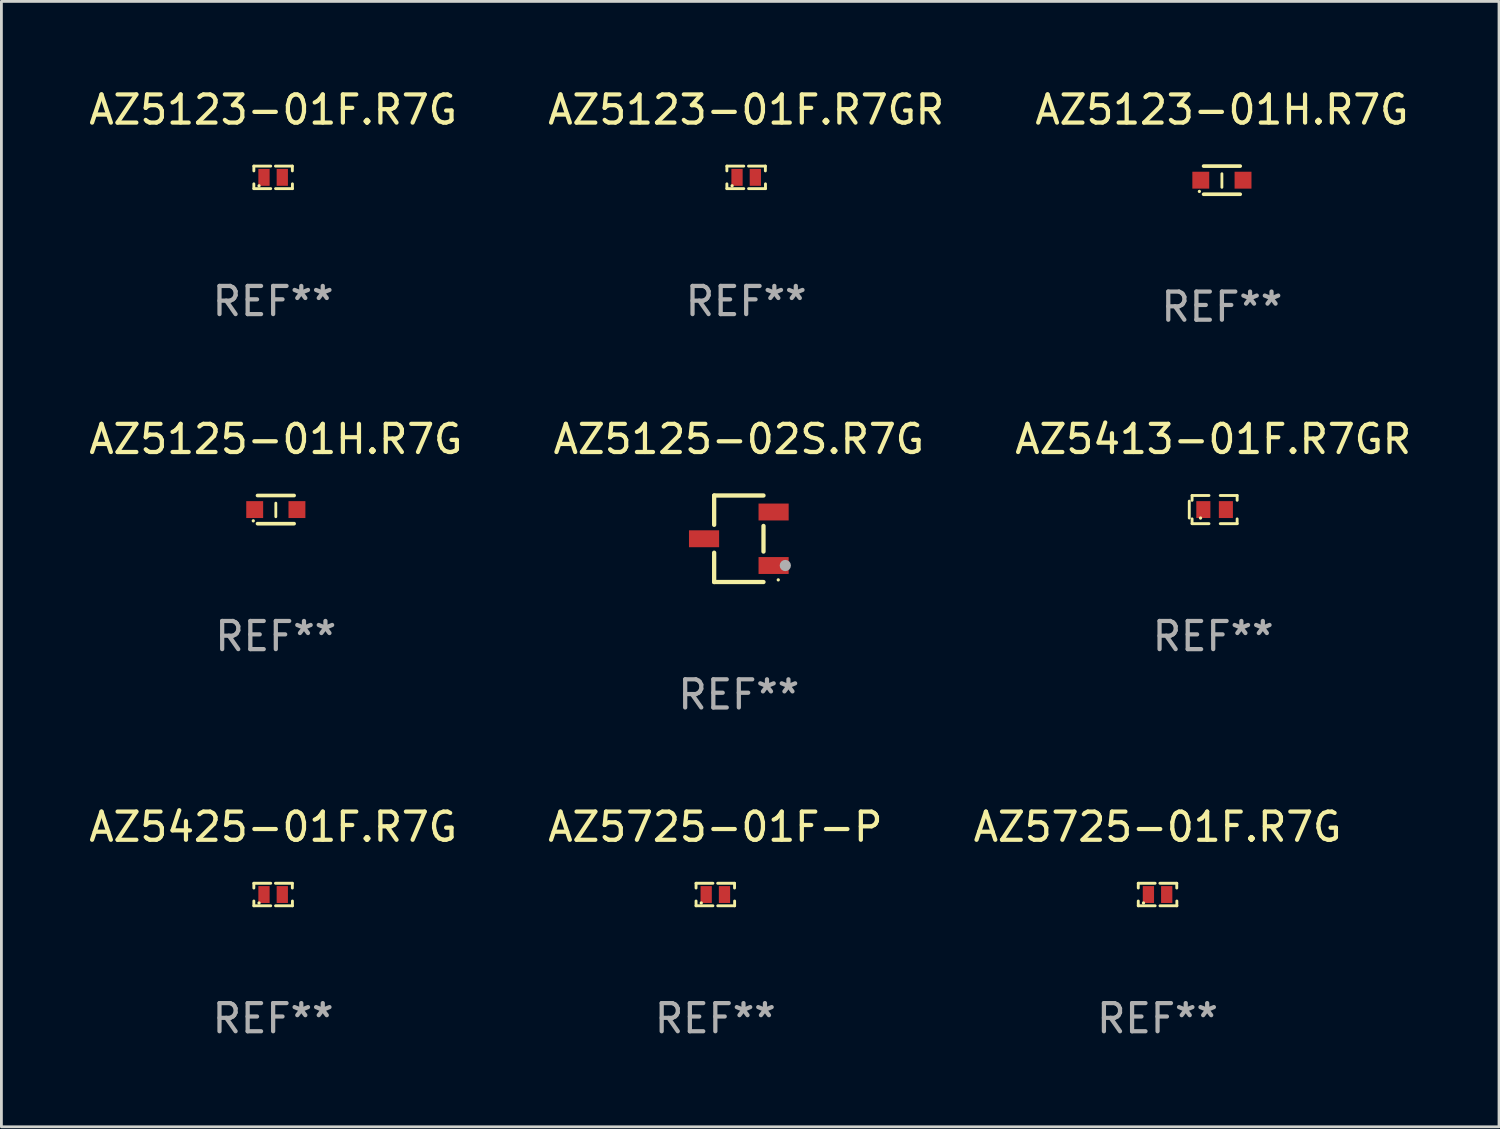
<source format=kicad_pcb>
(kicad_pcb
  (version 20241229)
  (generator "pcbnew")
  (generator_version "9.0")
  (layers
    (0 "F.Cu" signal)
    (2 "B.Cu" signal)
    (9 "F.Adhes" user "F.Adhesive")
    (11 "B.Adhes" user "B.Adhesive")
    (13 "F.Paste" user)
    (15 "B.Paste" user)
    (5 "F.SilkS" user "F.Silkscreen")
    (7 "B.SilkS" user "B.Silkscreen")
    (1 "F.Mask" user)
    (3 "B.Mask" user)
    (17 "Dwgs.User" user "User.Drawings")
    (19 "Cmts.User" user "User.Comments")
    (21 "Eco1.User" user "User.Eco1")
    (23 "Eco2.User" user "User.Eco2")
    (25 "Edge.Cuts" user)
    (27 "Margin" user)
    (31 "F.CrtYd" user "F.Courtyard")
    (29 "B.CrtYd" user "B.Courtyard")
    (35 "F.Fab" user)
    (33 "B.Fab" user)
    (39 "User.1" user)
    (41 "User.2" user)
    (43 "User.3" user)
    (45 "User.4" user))
  (footprint "AZ5123-01F.R7G"
    (layer "F.Cu")
    (at 6.649 3.248)
    (property "Reference" "AZ5123-01F.R7G" (at 0 -2.4 0) (layer "F.SilkS") (effects (font (size 1 1) (thickness 0.15))))
    (attr through_hole)
    (fp_line (start -0.685 -0.4) (end -0.685 -0.23) (stroke (width 0.102) (type solid)) (layer "F.SilkS"))
    (fp_line (start -0.685 0.4) (end -0.685 0.23) (stroke (width 0.102) (type solid)) (layer "F.SilkS"))
    (fp_line (start -0.085 -0.4) (end -0.685 -0.4) (stroke (width 0.102) (type solid)) (layer "F.SilkS"))
    (fp_line (start -0.085 0.4) (end -0.685 0.4) (stroke (width 0.102) (type solid)) (layer "F.SilkS"))
    (fp_line (start 0.082 -0.4) (end 0.682 -0.4) (stroke (width 0.102) (type solid)) (layer "F.SilkS"))
    (fp_line (start 0.085 0.4) (end 0.685 0.4) (stroke (width 0.102) (type solid)) (layer "F.SilkS"))
    (fp_line (start 0.682 -0.4) (end 0.682 -0.23) (stroke (width 0.102) (type solid)) (layer "F.SilkS"))
    (fp_line (start 0.685 0.4) (end 0.685 0.23) (stroke (width 0.102) (type solid)) (layer "F.SilkS"))
    (fp_circle (center -0.5 0.3) (end -0.47 0.3) (stroke (width 0.06) (type solid)) (fill no) (layer "F.SilkS"))
    (fp_text user "REF**" (at 0 4.4 0) (layer "F.Fab") (effects (font (size 1 1) (thickness 0.15))))
    (pad "1" smd rect (at -0.325 0) (size 0.4 0.6) (layers "F.Cu" "F.Mask" "F.Paste"))
    (pad "2" smd rect (at 0.325 0) (size 0.4 0.6) (layers "F.Cu" "F.Mask" "F.Paste")))
  (footprint "AZ5425-01F.R7G"
    (layer "F.Cu")
    (at 6.649 28.714)
    (property "Reference" "AZ5425-01F.R7G" (at 0 -2.4 0) (layer "F.SilkS") (effects (font (size 1 1) (thickness 0.15))))
    (attr through_hole)
    (fp_line (start -0.685 -0.4) (end -0.685 -0.23) (stroke (width 0.102) (type solid)) (layer "F.SilkS"))
    (fp_line (start -0.685 0.4) (end -0.685 0.23) (stroke (width 0.102) (type solid)) (layer "F.SilkS"))
    (fp_line (start -0.085 -0.4) (end -0.685 -0.4) (stroke (width 0.102) (type solid)) (layer "F.SilkS"))
    (fp_line (start -0.085 0.4) (end -0.685 0.4) (stroke (width 0.102) (type solid)) (layer "F.SilkS"))
    (fp_line (start 0.082 -0.4) (end 0.682 -0.4) (stroke (width 0.102) (type solid)) (layer "F.SilkS"))
    (fp_line (start 0.085 0.4) (end 0.685 0.4) (stroke (width 0.102) (type solid)) (layer "F.SilkS"))
    (fp_line (start 0.682 -0.4) (end 0.682 -0.23) (stroke (width 0.102) (type solid)) (layer "F.SilkS"))
    (fp_line (start 0.685 0.4) (end 0.685 0.23) (stroke (width 0.102) (type solid)) (layer "F.SilkS"))
    (fp_circle (center -0.5 0.3) (end -0.47 0.3) (stroke (width 0.06) (type solid)) (fill no) (layer "F.SilkS"))
    (fp_text user "REF**" (at 0 4.4 0) (layer "F.Fab") (effects (font (size 1 1) (thickness 0.15))))
    (pad "1" smd rect (at -0.325 0) (size 0.4 0.6) (layers "F.Cu" "F.Mask" "F.Paste"))
    (pad "2" smd rect (at 0.325 0) (size 0.4 0.6) (layers "F.Cu" "F.Mask" "F.Paste")))
  (footprint "AZ5725-01F.R7G"
    (layer "F.Cu")
    (at 38.054 28.714)
    (property "Reference" "AZ5725-01F.R7G" (at 0 -2.4 0) (layer "F.SilkS") (effects (font (size 1 1) (thickness 0.15))))
    (attr through_hole)
    (fp_line (start -0.685 -0.4) (end -0.685 -0.23) (stroke (width 0.102) (type solid)) (layer "F.SilkS"))
    (fp_line (start -0.685 0.4) (end -0.685 0.23) (stroke (width 0.102) (type solid)) (layer "F.SilkS"))
    (fp_line (start -0.085 -0.4) (end -0.685 -0.4) (stroke (width 0.102) (type solid)) (layer "F.SilkS"))
    (fp_line (start -0.085 0.4) (end -0.685 0.4) (stroke (width 0.102) (type solid)) (layer "F.SilkS"))
    (fp_line (start 0.082 -0.4) (end 0.682 -0.4) (stroke (width 0.102) (type solid)) (layer "F.SilkS"))
    (fp_line (start 0.085 0.4) (end 0.685 0.4) (stroke (width 0.102) (type solid)) (layer "F.SilkS"))
    (fp_line (start 0.682 -0.4) (end 0.682 -0.23) (stroke (width 0.102) (type solid)) (layer "F.SilkS"))
    (fp_line (start 0.685 0.4) (end 0.685 0.23) (stroke (width 0.102) (type solid)) (layer "F.SilkS"))
    (fp_circle (center -0.5 0.3) (end -0.47 0.3) (stroke (width 0.06) (type solid)) (fill no) (layer "F.SilkS"))
    (fp_text user "REF**" (at 0 4.4 0) (layer "F.Fab") (effects (font (size 1 1) (thickness 0.15))))
    (pad "1" smd rect (at -0.325 0) (size 0.4 0.6) (layers "F.Cu" "F.Mask" "F.Paste"))
    (pad "2" smd rect (at 0.325 0) (size 0.4 0.6) (layers "F.Cu" "F.Mask" "F.Paste")))
  (footprint "AZ5123-01F.R7GR"
    (layer "F.Cu")
    (at 23.446 3.248)
    (property "Reference" "AZ5123-01F.R7GR" (at 0 -2.4 0) (layer "F.SilkS") (effects (font (size 1 1) (thickness 0.15))))
    (attr through_hole)
    (fp_line (start -0.685 -0.4) (end -0.685 -0.23) (stroke (width 0.102) (type solid)) (layer "F.SilkS"))
    (fp_line (start -0.685 0.4) (end -0.685 0.23) (stroke (width 0.102) (type solid)) (layer "F.SilkS"))
    (fp_line (start -0.085 -0.4) (end -0.685 -0.4) (stroke (width 0.102) (type solid)) (layer "F.SilkS"))
    (fp_line (start -0.085 0.4) (end -0.685 0.4) (stroke (width 0.102) (type solid)) (layer "F.SilkS"))
    (fp_line (start 0.082 -0.4) (end 0.682 -0.4) (stroke (width 0.102) (type solid)) (layer "F.SilkS"))
    (fp_line (start 0.085 0.4) (end 0.685 0.4) (stroke (width 0.102) (type solid)) (layer "F.SilkS"))
    (fp_line (start 0.682 -0.4) (end 0.682 -0.23) (stroke (width 0.102) (type solid)) (layer "F.SilkS"))
    (fp_line (start 0.685 0.4) (end 0.685 0.23) (stroke (width 0.102) (type solid)) (layer "F.SilkS"))
    (fp_circle (center -0.5 0.3) (end -0.47 0.3) (stroke (width 0.06) (type solid)) (fill no) (layer "F.SilkS"))
    (fp_text user "REF**" (at 0 4.4 0) (layer "F.Fab") (effects (font (size 1 1) (thickness 0.15))))
    (pad "1" smd rect (at -0.325 0) (size 0.4 0.6) (layers "F.Cu" "F.Mask" "F.Paste"))
    (pad "2" smd rect (at 0.325 0) (size 0.4 0.6) (layers "F.Cu" "F.Mask" "F.Paste")))
  (footprint "AZ5725-01F-P"
    (layer "F.Cu")
    (at 22.351 28.714)
    (property "Reference" "AZ5725-01F-P" (at 0 -2.4 0) (layer "F.SilkS") (effects (font (size 1 1) (thickness 0.15))))
    (attr through_hole)
    (fp_line (start -0.685 -0.4) (end -0.685 -0.23) (stroke (width 0.102) (type solid)) (layer "F.SilkS"))
    (fp_line (start -0.685 0.4) (end -0.685 0.23) (stroke (width 0.102) (type solid)) (layer "F.SilkS"))
    (fp_line (start -0.085 -0.4) (end -0.685 -0.4) (stroke (width 0.102) (type solid)) (layer "F.SilkS"))
    (fp_line (start -0.085 0.4) (end -0.685 0.4) (stroke (width 0.102) (type solid)) (layer "F.SilkS"))
    (fp_line (start 0.082 -0.4) (end 0.682 -0.4) (stroke (width 0.102) (type solid)) (layer "F.SilkS"))
    (fp_line (start 0.085 0.4) (end 0.685 0.4) (stroke (width 0.102) (type solid)) (layer "F.SilkS"))
    (fp_line (start 0.682 -0.4) (end 0.682 -0.23) (stroke (width 0.102) (type solid)) (layer "F.SilkS"))
    (fp_line (start 0.685 0.4) (end 0.685 0.23) (stroke (width 0.102) (type solid)) (layer "F.SilkS"))
    (fp_circle (center -0.5 0.3) (end -0.47 0.3) (stroke (width 0.06) (type solid)) (fill no) (layer "F.SilkS"))
    (fp_text user "REF**" (at 0 4.4 0) (layer "F.Fab") (effects (font (size 1 1) (thickness 0.15))))
    (pad "1" smd rect (at -0.325 0) (size 0.4 0.6) (layers "F.Cu" "F.Mask" "F.Paste"))
    (pad "2" smd rect (at 0.325 0) (size 0.4 0.6) (layers "F.Cu" "F.Mask" "F.Paste")))
  (footprint "AZ5125-01H.R7G"
    (layer "F.Cu")
    (at 6.744 15.045)
    (property "Reference" "AZ5125-01H.R7G" (at 0 -2.5 0) (layer "F.SilkS") (effects (font (size 1 1) (thickness 0.15))))
    (attr through_hole)
    (fp_line (start -0.65 -0.5) (end 0.65 -0.5) (stroke (width 0.13) (type solid)) (layer "F.SilkS"))
    (fp_line (start -0.65 0.5) (end 0.65 0.5) (stroke (width 0.13) (type solid)) (layer "F.SilkS"))
    (fp_line (start 0 -0.229) (end 0 0.254) (stroke (width 0.1) (type solid)) (layer "F.SilkS"))
    (fp_circle (center -0.8 0.4) (end -0.77 0.4) (stroke (width 0.06) (type solid)) (fill no) (layer "F.SilkS"))
    (fp_text user "REF**" (at 0 4.5 0) (layer "F.Fab") (effects (font (size 1 1) (thickness 0.15))))
    (pad "1" smd rect (at -0.75 0) (size 0.6 0.6) (layers "F.Cu" "F.Mask" "F.Paste"))
    (pad "2" smd rect (at 0.75 0 180) (size 0.6 0.6) (layers "F.Cu" "F.Mask" "F.Paste")))
  (footprint "AZ5413-01F.R7GR"
    (layer "F.Cu")
    (at 40.03 15.045)
    (property "Reference" "AZ5413-01F.R7GR" (at 0 -2.5 0) (layer "F.SilkS") (effects (font (size 1 1) (thickness 0.15))))
    (attr through_hole)
    (fp_line (start -0.85 -0.3) (end -0.85 0.3) (stroke (width 0.102) (type solid)) (layer "F.SilkS"))
    (fp_line (start -0.75 -0.5) (end -0.75 -0.329) (stroke (width 0.102) (type solid)) (layer "F.SilkS"))
    (fp_line (start -0.75 0.329) (end -0.75 0.5) (stroke (width 0.102) (type solid)) (layer "F.SilkS"))
    (fp_line (start -0.75 0.5) (end -0.15 0.5) (stroke (width 0.102) (type solid)) (layer "F.SilkS"))
    (fp_line (start -0.15 -0.5) (end -0.75 -0.5) (stroke (width 0.102) (type solid)) (layer "F.SilkS"))
    (fp_line (start 0.25 -0.5) (end 0.85 -0.5) (stroke (width 0.102) (type solid)) (layer "F.SilkS"))
    (fp_line (start 0.85 -0.5) (end 0.85 -0.33) (stroke (width 0.102) (type solid)) (layer "F.SilkS"))
    (fp_line (start 0.85 0.33) (end 0.85 0.5) (stroke (width 0.102) (type solid)) (layer "F.SilkS"))
    (fp_line (start 0.85 0.5) (end 0.25 0.5) (stroke (width 0.102) (type solid)) (layer "F.SilkS"))
    (fp_circle (center -0.45 0.3) (end -0.42 0.3) (stroke (width 0.06) (type solid)) (fill no) (layer "F.SilkS"))
    (fp_text user "REF**" (at 0 4.5 0) (layer "F.Fab") (effects (font (size 1 1) (thickness 0.15))))
    (pad "1" smd rect (at -0.35 0) (size 0.5 0.6) (layers "F.Cu" "F.Mask" "F.Paste"))
    (pad "2" smd rect (at 0.45 0) (size 0.5 0.6) (layers "F.Cu" "F.Mask" "F.Paste")))
  (footprint "AZ5123-01H.R7G"
    (layer "F.Cu")
    (at 40.339 3.348)
    (property "Reference" "AZ5123-01H.R7G" (at 0 -2.5 0) (layer "F.SilkS") (effects (font (size 1 1) (thickness 0.15))))
    (attr through_hole)
    (fp_line (start -0.65 -0.5) (end 0.65 -0.5) (stroke (width 0.13) (type solid)) (layer "F.SilkS"))
    (fp_line (start -0.65 0.5) (end 0.65 0.5) (stroke (width 0.13) (type solid)) (layer "F.SilkS"))
    (fp_line (start 0 -0.229) (end 0 0.254) (stroke (width 0.1) (type solid)) (layer "F.SilkS"))
    (fp_circle (center -0.8 0.4) (end -0.77 0.4) (stroke (width 0.06) (type solid)) (fill no) (layer "F.SilkS"))
    (fp_text user "REF**" (at 0 4.5 0) (layer "F.Fab") (effects (font (size 1 1) (thickness 0.15))))
    (pad "1" smd rect (at -0.75 0) (size 0.6 0.6) (layers "F.Cu" "F.Mask" "F.Paste"))
    (pad "2" smd rect (at 0.75 0 180) (size 0.6 0.6) (layers "F.Cu" "F.Mask" "F.Paste")))
  (footprint "AZ5125-02S.R7G"
    (layer "F.Cu")
    (at 23.185 16.081)
    (property "Reference" "AZ5125-02S.R7G" (at 0 -3.536 0) (layer "F.SilkS") (effects (font (size 1 1) (thickness 0.15))))
    (attr through_hole)
    (fp_line (start -0.876 -1.536) (end -0.876 -0.495) (stroke (width 0.152) (type solid)) (layer "F.SilkS"))
    (fp_line (start -0.876 1.536) (end -0.876 0.495) (stroke (width 0.152) (type solid)) (layer "F.SilkS"))
    (fp_line (start 0.876 -1.536) (end -0.876 -1.536) (stroke (width 0.152) (type solid)) (layer "F.SilkS"))
    (fp_line (start 0.876 -0.455) (end 0.876 0.455) (stroke (width 0.152) (type solid)) (layer "F.SilkS"))
    (fp_line (start 0.876 1.536) (end -0.876 1.536) (stroke (width 0.152) (type solid)) (layer "F.SilkS"))
    (fp_circle (center 1.4 1.46) (end 1.43 1.46) (stroke (width 0.06) (type solid)) (fill no) (layer "F.SilkS"))
    (fp_circle (center 1.651 0.95) (end 1.751 0.95) (stroke (width 0.2) (type solid)) (fill no) (layer "F.Fab"))
    (fp_text user "REF**" (at 0 5.536 0) (layer "F.Fab") (effects (font (size 1 1) (thickness 0.15))))
    (pad "1" smd rect (at 1.235 0.95) (size 1.07 0.6) (layers "F.Cu" "F.Mask" "F.Paste"))
    (pad "2" smd rect (at 1.235 -0.95) (size 1.07 0.6) (layers "F.Cu" "F.Mask" "F.Paste"))
    (pad "3" smd rect (at -1.235 0) (size 1.07 0.6) (layers "F.Cu" "F.Mask" "F.Paste")))
  (gr_rect
    (start -3 -3)
    (end 50.179 36.962)
    (stroke (width 0.1) (type default))
    (fill no)
    (layer "Edge.Cuts")))
</source>
